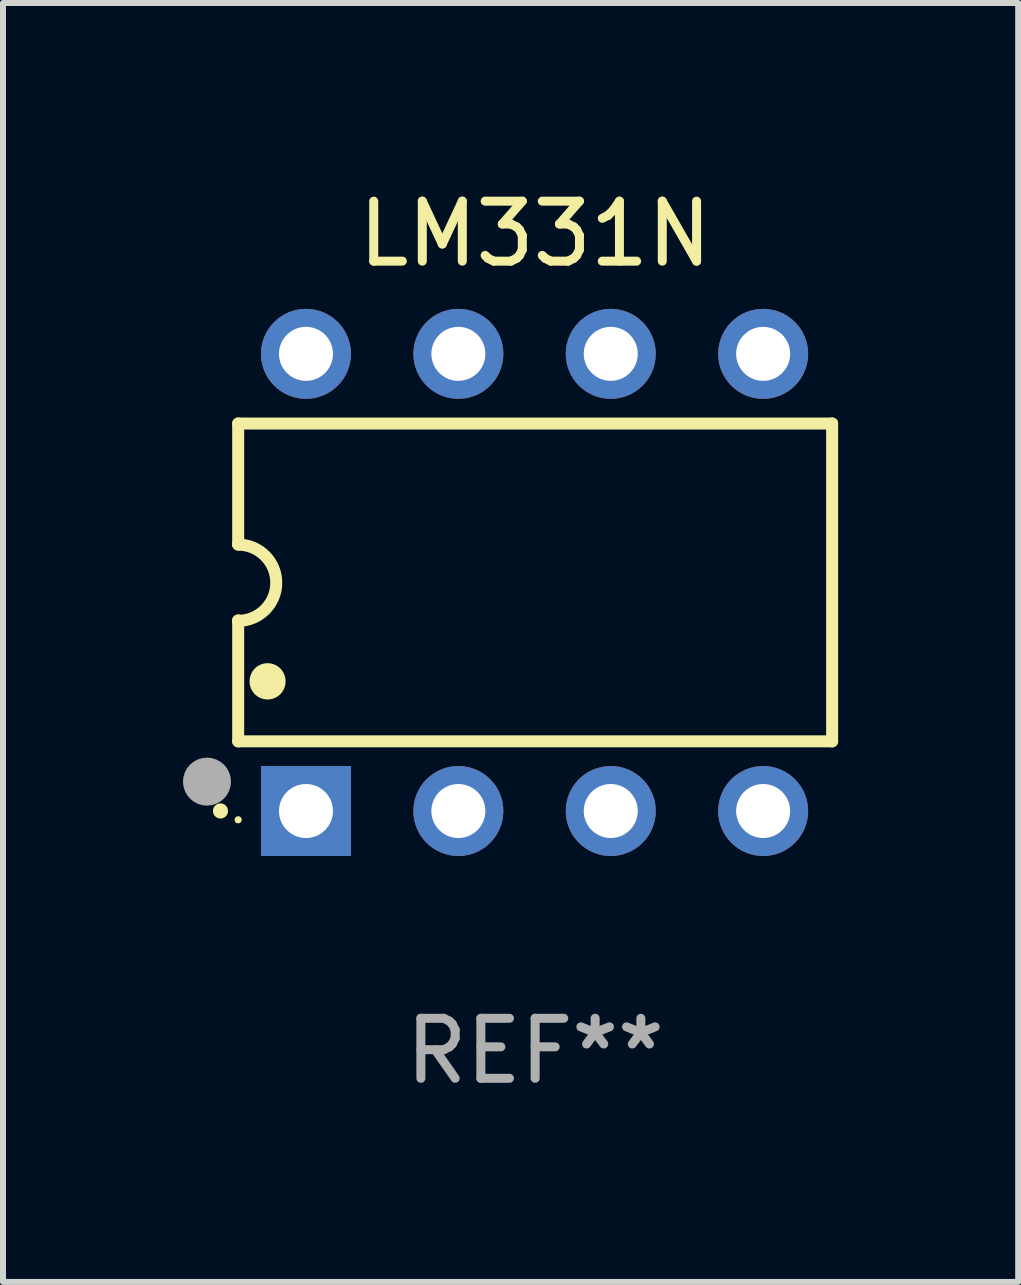
<source format=kicad_pcb>
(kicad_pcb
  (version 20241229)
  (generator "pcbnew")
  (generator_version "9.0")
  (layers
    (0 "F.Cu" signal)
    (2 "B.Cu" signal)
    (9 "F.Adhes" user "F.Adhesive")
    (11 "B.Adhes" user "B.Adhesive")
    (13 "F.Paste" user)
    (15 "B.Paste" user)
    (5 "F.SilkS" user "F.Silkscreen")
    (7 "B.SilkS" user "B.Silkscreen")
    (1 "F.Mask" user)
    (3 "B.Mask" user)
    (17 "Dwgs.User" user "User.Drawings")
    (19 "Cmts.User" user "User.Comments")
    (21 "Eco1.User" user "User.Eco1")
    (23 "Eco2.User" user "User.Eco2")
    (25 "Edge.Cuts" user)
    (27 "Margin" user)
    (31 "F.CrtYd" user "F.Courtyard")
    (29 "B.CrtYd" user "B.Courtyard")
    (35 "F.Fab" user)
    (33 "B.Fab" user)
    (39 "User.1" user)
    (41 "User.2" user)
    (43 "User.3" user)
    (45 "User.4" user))
  (footprint "LM331N"
    (layer "F.Cu")
    (at 5.87 6.658)
    (property "Reference" "LM331N" (at 0 -5.81 0) (layer "F.SilkS") (effects (font (size 1 1) (thickness 0.15))))
    (attr through_hole)
    (fp_line (start -4.95 -2.649) (end 4.95 -2.649) (stroke (width 0.2) (type solid)) (layer "F.SilkS"))
    (fp_line (start -4.95 -0.635) (end -4.95 -2.649) (stroke (width 0.2) (type solid)) (layer "F.SilkS"))
    (fp_line (start -4.95 0.635) (end -4.95 0.64) (stroke (width 0.2) (type solid)) (layer "F.SilkS"))
    (fp_line (start -4.95 2.649) (end -4.95 0.635) (stroke (width 0.2) (type solid)) (layer "F.SilkS"))
    (fp_line (start -4.95 -0.64) (end -4.95 -0.635) (stroke (width 0.2) (type solid)) (layer "F.SilkS"))
    (fp_line (start 4.95 -2.649) (end 4.95 2.649) (stroke (width 0.2) (type solid)) (layer "F.SilkS"))
    (fp_line (start 4.95 2.649) (end -4.95 2.649) (stroke (width 0.2) (type solid)) (layer "F.SilkS"))
    (fp_arc (start -5.24511 3.810008) (mid -5.245117 3.808738) (end -5.24511 3.807468) (stroke (width 0.25) (type solid)) (layer "F.SilkS"))
    (fp_arc (start -4.950165 -0.629997) (mid -4.315164 0.005004) (end -4.950165 0.640005) (stroke (width 0.2) (type solid)) (layer "F.SilkS"))
    (fp_arc (start -4.460249 1.651003) (mid -4.46026 1.648463) (end -4.460249 1.645923) (stroke (width 0.6) (type solid)) (layer "F.SilkS"))
    (fp_circle (center -4.95 3.956) (end -4.92 3.956) (stroke (width 0.06) (type solid)) (fill no) (layer "F.SilkS"))
    (fp_circle (center -5.47 3.32) (end -5.27 3.32) (stroke (width 0.4) (type solid)) (fill no) (layer "F.Fab"))
    (fp_text user "REF**" (at 0 7.81 0) (layer "F.Fab") (effects (font (size 1 1) (thickness 0.15))))
    (pad "1" thru_hole rect (at -3.82 3.81) (size 1.5 1.5) (drill 0.9) (layers "*.Cu" "*.Mask"))
    (pad "2" thru_hole circle (at -1.28 3.81) (size 1.5 1.5) (drill 0.9) (layers "*.Cu" "*.Mask"))
    (pad "3" thru_hole circle (at 1.26 3.81) (size 1.5 1.5) (drill 0.9) (layers "*.Cu" "*.Mask"))
    (pad "4" thru_hole circle (at 3.8 3.81) (size 1.5 1.5) (drill 0.9) (layers "*.Cu" "*.Mask"))
    (pad "5" thru_hole circle (at 3.8 -3.81) (size 1.5 1.5) (drill 0.9) (layers "*.Cu" "*.Mask"))
    (pad "6" thru_hole circle (at 1.26 -3.81) (size 1.5 1.5) (drill 0.9) (layers "*.Cu" "*.Mask"))
    (pad "7" thru_hole circle (at -1.28 -3.81) (size 1.5 1.5) (drill 0.9) (layers "*.Cu" "*.Mask"))
    (pad "8" thru_hole circle (at -3.82 -3.81) (size 1.5 1.5) (drill 0.9) (layers "*.Cu" "*.Mask")))
  (gr_rect
    (start -3 -3)
    (end 13.921 18.317)
    (stroke (width 0.1) (type default))
    (fill no)
    (layer "Edge.Cuts")))
</source>
